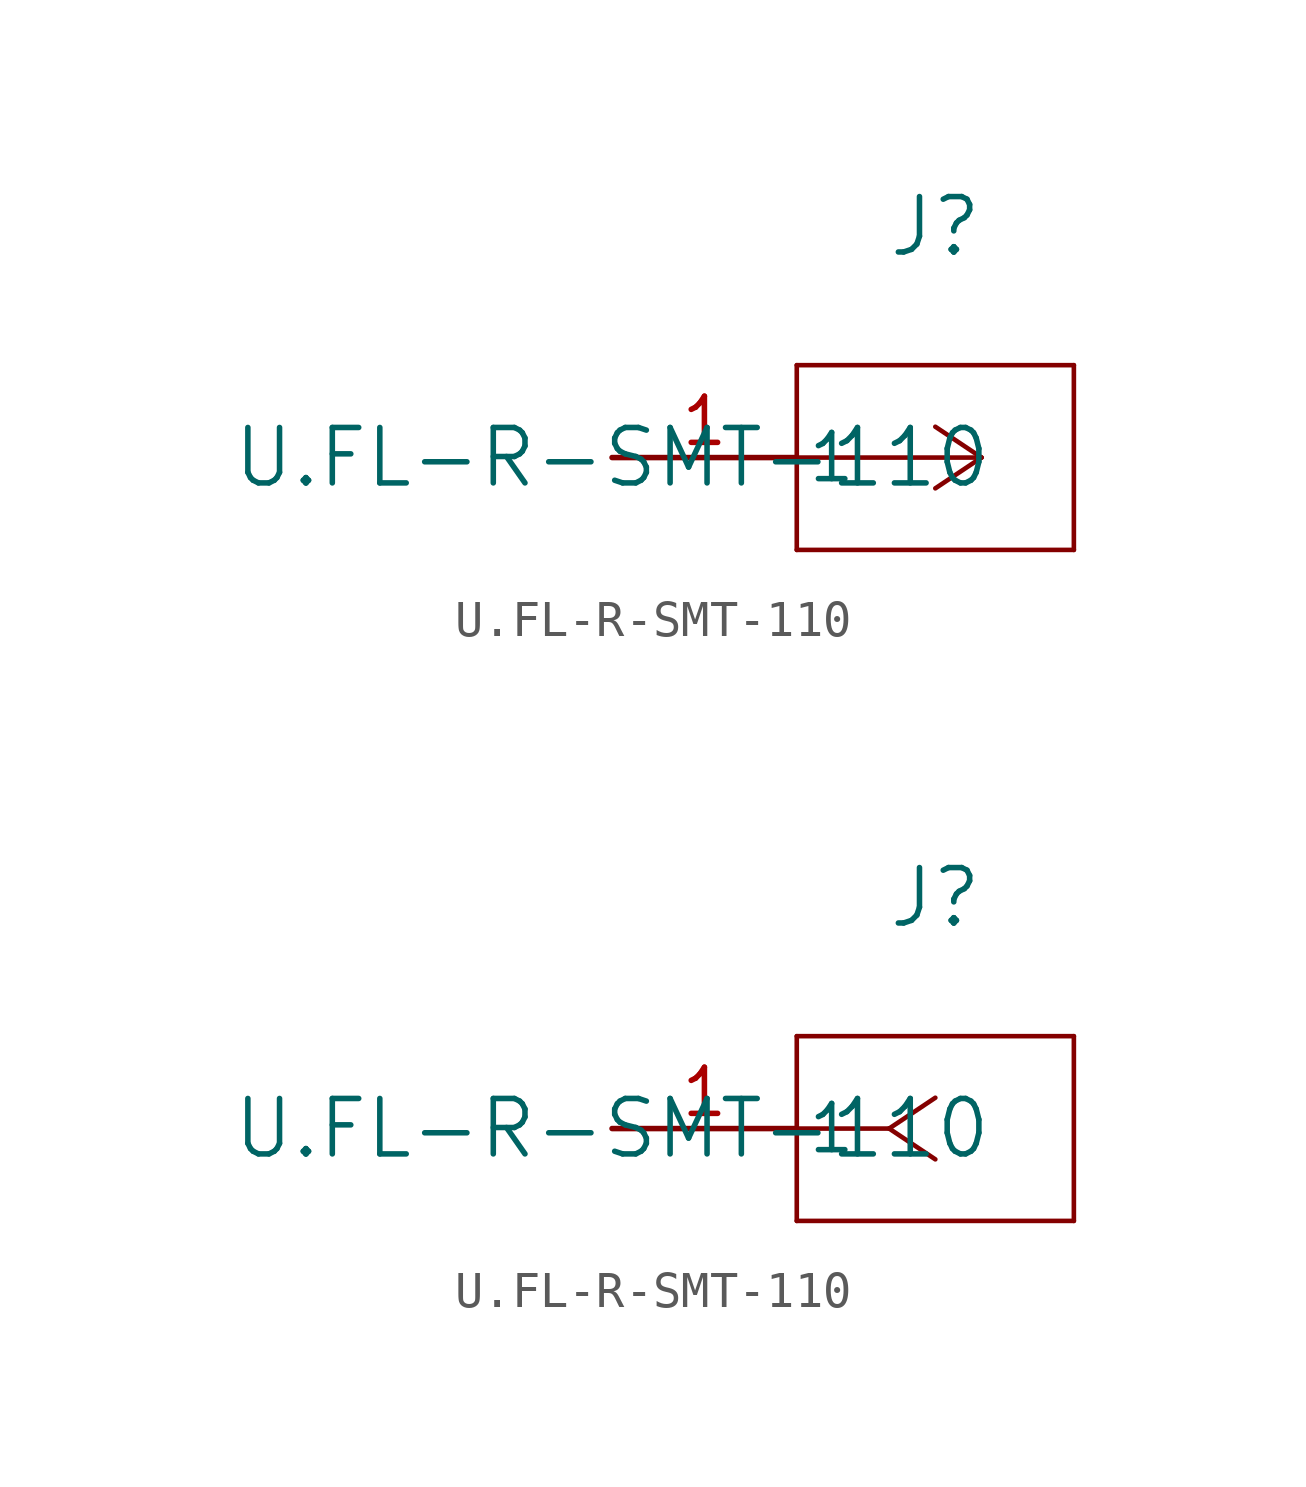
<source format=kicad_sym>
(kicad_symbol_lib
  (version 20211014)
  (generator kicad_symbol_editor)
  (symbol "U.FL-R-SMT-110"
    (pin_names
      (offset 0.254))
    (property "Reference" "J"
      (at 8.89 6.35 0)
      (effects (font (size 1.524 1.524))))
    (property "Value" "U.FL-R-SMT-110"
      (at 0 0 0)
      (effects (font (size 1.524 1.524))))
    (symbol "U.FL-R-SMT-110_1_1"
      (polyline (pts (xy 10.16 0) (xy 5.08 0)) (stroke (width 0.127) (type default) (color 0 0 0 0)) (fill (type none)))
      (polyline (pts (xy 10.16 0) (xy 8.89 0.847)) (stroke (width 0.127) (type default) (color 0 0 0 0)) (fill (type none)))
      (polyline (pts (xy 10.16 0) (xy 8.89 -0.847)) (stroke (width 0.127) (type default) (color 0 0 0 0)) (fill (type none)))
      (polyline (pts (xy 5.08 2.54) (xy 5.08 -2.54)) (stroke (width 0.127) (type default) (color 0 0 0 0)) (fill (type none)))
      (polyline (pts (xy 5.08 -2.54) (xy 12.7 -2.54)) (stroke (width 0.127) (type default) (color 0 0 0 0)) (fill (type none)))
      (polyline (pts (xy 12.7 -2.54) (xy 12.7 2.54)) (stroke (width 0.127) (type default) (color 0 0 0 0)) (fill (type none)))
      (polyline (pts (xy 12.7 2.54) (xy 5.08 2.54)) (stroke (width 0.127) (type default) (color 0 0 0 0)) (fill (type none)))
      (pin unspecified line (at 0 0 0) (length 5.08) (name "1" (effects (font (size 1.27 1.27)))) (number "1" (effects (font (size 1.27 1.27))))))
    (symbol "U.FL-R-SMT-110_1_2"
      (polyline (pts (xy 7.62 0) (xy 5.08 0)) (stroke (width 0.127) (type default) (color 0 0 0 0)) (fill (type none)))
      (polyline (pts (xy 7.62 0) (xy 8.89 0.847)) (stroke (width 0.127) (type default) (color 0 0 0 0)) (fill (type none)))
      (polyline (pts (xy 7.62 0) (xy 8.89 -0.847)) (stroke (width 0.127) (type default) (color 0 0 0 0)) (fill (type none)))
      (polyline (pts (xy 5.08 2.54) (xy 5.08 -2.54)) (stroke (width 0.127) (type default) (color 0 0 0 0)) (fill (type none)))
      (polyline (pts (xy 5.08 -2.54) (xy 12.7 -2.54)) (stroke (width 0.127) (type default) (color 0 0 0 0)) (fill (type none)))
      (polyline (pts (xy 12.7 -2.54) (xy 12.7 2.54)) (stroke (width 0.127) (type default) (color 0 0 0 0)) (fill (type none)))
      (polyline (pts (xy 12.7 2.54) (xy 5.08 2.54)) (stroke (width 0.127) (type default) (color 0 0 0 0)) (fill (type none)))
      (pin unspecified line (at 0 0 0) (length 5.08) (name "1" (effects (font (size 1.27 1.27)))) (number "1" (effects (font (size 1.27 1.27))))))))
</source>
